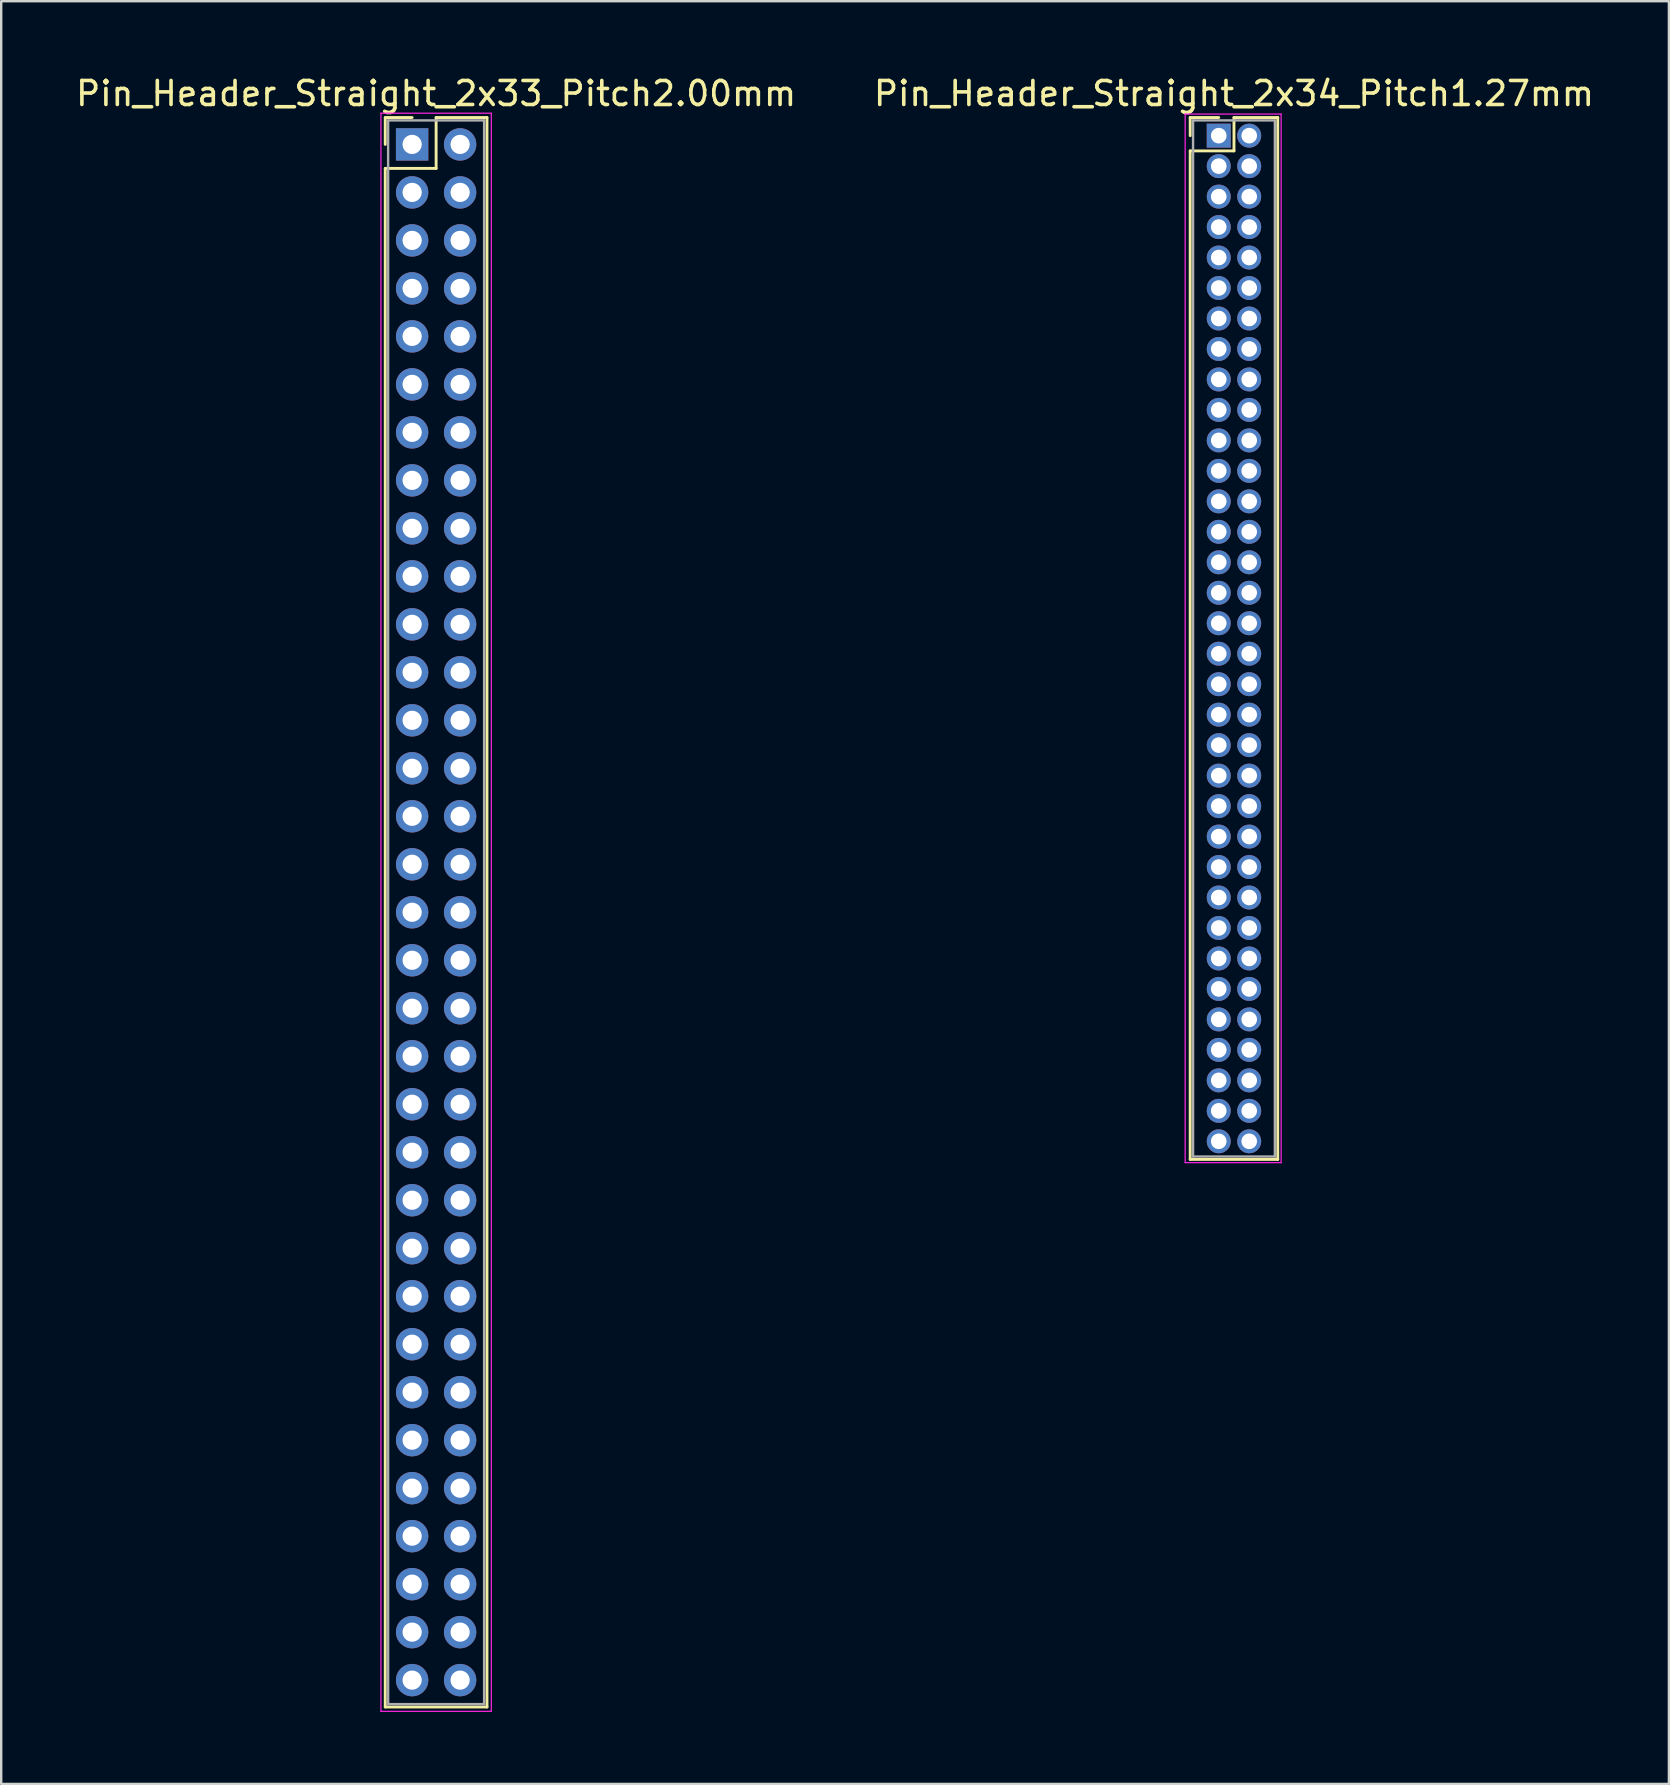
<source format=kicad_pcb>
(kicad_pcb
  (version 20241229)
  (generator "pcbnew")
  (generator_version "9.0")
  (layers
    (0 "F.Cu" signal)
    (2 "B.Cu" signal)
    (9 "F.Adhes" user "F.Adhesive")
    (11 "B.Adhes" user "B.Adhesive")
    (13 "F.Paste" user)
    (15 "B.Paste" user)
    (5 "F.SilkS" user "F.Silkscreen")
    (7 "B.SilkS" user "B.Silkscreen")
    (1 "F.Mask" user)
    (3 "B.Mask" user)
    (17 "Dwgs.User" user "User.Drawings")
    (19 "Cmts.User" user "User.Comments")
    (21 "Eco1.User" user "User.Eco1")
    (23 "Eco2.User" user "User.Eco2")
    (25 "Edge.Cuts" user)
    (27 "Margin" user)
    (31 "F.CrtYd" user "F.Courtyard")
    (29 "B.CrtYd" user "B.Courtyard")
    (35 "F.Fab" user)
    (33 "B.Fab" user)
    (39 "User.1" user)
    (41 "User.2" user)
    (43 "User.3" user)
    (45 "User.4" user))
  (footprint "Pin_Header_Straight_2x33_Pitch2.00mm"
    (layer "F.Cu")
    (at 14.125 2.968)
    (property "Reference" "Pin_Header_Straight_2x33_Pitch2.00mm" (at 1 -2.12 0) (layer "F.SilkS") (effects (font (size 1 1) (thickness 0.15))))
    (attr through_hole)
    (fp_line (start -1.12 -1.12) (end 0 -1.12) (stroke (width 0.12) (type solid)) (layer "F.SilkS"))
    (fp_line (start -1.12 0) (end -1.12 -1.12) (stroke (width 0.12) (type solid)) (layer "F.SilkS"))
    (fp_line (start -1.12 1) (end -1.12 65.12) (stroke (width 0.12) (type solid)) (layer "F.SilkS"))
    (fp_line (start -1.12 65.12) (end 3.12 65.12) (stroke (width 0.12) (type solid)) (layer "F.SilkS"))
    (fp_line (start 1 -1.12) (end 1 1) (stroke (width 0.12) (type solid)) (layer "F.SilkS"))
    (fp_line (start 1 1) (end -1.12 1) (stroke (width 0.12) (type solid)) (layer "F.SilkS"))
    (fp_line (start 3.12 -1.12) (end 1 -1.12) (stroke (width 0.12) (type solid)) (layer "F.SilkS"))
    (fp_line (start 3.12 65.12) (end 3.12 -1.12) (stroke (width 0.12) (type solid)) (layer "F.SilkS"))
    (fp_line (start -1.3 -1.3) (end -1.3 65.3) (stroke (width 0.05) (type solid)) (layer "F.CrtYd"))
    (fp_line (start -1.3 65.3) (end 3.3 65.3) (stroke (width 0.05) (type solid)) (layer "F.CrtYd"))
    (fp_line (start 3.3 -1.3) (end -1.3 -1.3) (stroke (width 0.05) (type solid)) (layer "F.CrtYd"))
    (fp_line (start 3.3 65.3) (end 3.3 -1.3) (stroke (width 0.05) (type solid)) (layer "F.CrtYd"))
    (fp_line (start -1 -1) (end -1 65) (stroke (width 0.1) (type solid)) (layer "F.Fab"))
    (fp_line (start -1 65) (end 3 65) (stroke (width 0.1) (type solid)) (layer "F.Fab"))
    (fp_line (start 3 -1) (end -1 -1) (stroke (width 0.1) (type solid)) (layer "F.Fab"))
    (fp_line (start 3 65) (end 3 -1) (stroke (width 0.1) (type solid)) (layer "F.Fab"))
    (pad "1" thru_hole rect (at 0 0) (size 1.35 1.35) (drill 0.8) (layers "*.Cu" "*.Mask"))
    (pad "2" thru_hole oval (at 2 0) (size 1.35 1.35) (drill 0.8) (layers "*.Cu" "*.Mask"))
    (pad "3" thru_hole oval (at 0 2) (size 1.35 1.35) (drill 0.8) (layers "*.Cu" "*.Mask"))
    (pad "4" thru_hole oval (at 2 2) (size 1.35 1.35) (drill 0.8) (layers "*.Cu" "*.Mask"))
    (pad "5" thru_hole oval (at 0 4) (size 1.35 1.35) (drill 0.8) (layers "*.Cu" "*.Mask"))
    (pad "6" thru_hole oval (at 2 4) (size 1.35 1.35) (drill 0.8) (layers "*.Cu" "*.Mask"))
    (pad "7" thru_hole oval (at 0 6) (size 1.35 1.35) (drill 0.8) (layers "*.Cu" "*.Mask"))
    (pad "8" thru_hole oval (at 2 6) (size 1.35 1.35) (drill 0.8) (layers "*.Cu" "*.Mask"))
    (pad "9" thru_hole oval (at 0 8) (size 1.35 1.35) (drill 0.8) (layers "*.Cu" "*.Mask"))
    (pad "10" thru_hole oval (at 2 8) (size 1.35 1.35) (drill 0.8) (layers "*.Cu" "*.Mask"))
    (pad "11" thru_hole oval (at 0 10) (size 1.35 1.35) (drill 0.8) (layers "*.Cu" "*.Mask"))
    (pad "12" thru_hole oval (at 2 10) (size 1.35 1.35) (drill 0.8) (layers "*.Cu" "*.Mask"))
    (pad "13" thru_hole oval (at 0 12) (size 1.35 1.35) (drill 0.8) (layers "*.Cu" "*.Mask"))
    (pad "14" thru_hole oval (at 2 12) (size 1.35 1.35) (drill 0.8) (layers "*.Cu" "*.Mask"))
    (pad "15" thru_hole oval (at 0 14) (size 1.35 1.35) (drill 0.8) (layers "*.Cu" "*.Mask"))
    (pad "16" thru_hole oval (at 2 14) (size 1.35 1.35) (drill 0.8) (layers "*.Cu" "*.Mask"))
    (pad "17" thru_hole oval (at 0 16) (size 1.35 1.35) (drill 0.8) (layers "*.Cu" "*.Mask"))
    (pad "18" thru_hole oval (at 2 16) (size 1.35 1.35) (drill 0.8) (layers "*.Cu" "*.Mask"))
    (pad "19" thru_hole oval (at 0 18) (size 1.35 1.35) (drill 0.8) (layers "*.Cu" "*.Mask"))
    (pad "20" thru_hole oval (at 2 18) (size 1.35 1.35) (drill 0.8) (layers "*.Cu" "*.Mask"))
    (pad "21" thru_hole oval (at 0 20) (size 1.35 1.35) (drill 0.8) (layers "*.Cu" "*.Mask"))
    (pad "22" thru_hole oval (at 2 20) (size 1.35 1.35) (drill 0.8) (layers "*.Cu" "*.Mask"))
    (pad "23" thru_hole oval (at 0 22) (size 1.35 1.35) (drill 0.8) (layers "*.Cu" "*.Mask"))
    (pad "24" thru_hole oval (at 2 22) (size 1.35 1.35) (drill 0.8) (layers "*.Cu" "*.Mask"))
    (pad "25" thru_hole oval (at 0 24) (size 1.35 1.35) (drill 0.8) (layers "*.Cu" "*.Mask"))
    (pad "26" thru_hole oval (at 2 24) (size 1.35 1.35) (drill 0.8) (layers "*.Cu" "*.Mask"))
    (pad "27" thru_hole oval (at 0 26) (size 1.35 1.35) (drill 0.8) (layers "*.Cu" "*.Mask"))
    (pad "28" thru_hole oval (at 2 26) (size 1.35 1.35) (drill 0.8) (layers "*.Cu" "*.Mask"))
    (pad "29" thru_hole oval (at 0 28) (size 1.35 1.35) (drill 0.8) (layers "*.Cu" "*.Mask"))
    (pad "30" thru_hole oval (at 2 28) (size 1.35 1.35) (drill 0.8) (layers "*.Cu" "*.Mask"))
    (pad "31" thru_hole oval (at 0 30) (size 1.35 1.35) (drill 0.8) (layers "*.Cu" "*.Mask"))
    (pad "32" thru_hole oval (at 2 30) (size 1.35 1.35) (drill 0.8) (layers "*.Cu" "*.Mask"))
    (pad "33" thru_hole oval (at 0 32) (size 1.35 1.35) (drill 0.8) (layers "*.Cu" "*.Mask"))
    (pad "34" thru_hole oval (at 2 32) (size 1.35 1.35) (drill 0.8) (layers "*.Cu" "*.Mask"))
    (pad "35" thru_hole oval (at 0 34) (size 1.35 1.35) (drill 0.8) (layers "*.Cu" "*.Mask"))
    (pad "36" thru_hole oval (at 2 34) (size 1.35 1.35) (drill 0.8) (layers "*.Cu" "*.Mask"))
    (pad "37" thru_hole oval (at 0 36) (size 1.35 1.35) (drill 0.8) (layers "*.Cu" "*.Mask"))
    (pad "38" thru_hole oval (at 2 36) (size 1.35 1.35) (drill 0.8) (layers "*.Cu" "*.Mask"))
    (pad "39" thru_hole oval (at 0 38) (size 1.35 1.35) (drill 0.8) (layers "*.Cu" "*.Mask"))
    (pad "40" thru_hole oval (at 2 38) (size 1.35 1.35) (drill 0.8) (layers "*.Cu" "*.Mask"))
    (pad "41" thru_hole oval (at 0 40) (size 1.35 1.35) (drill 0.8) (layers "*.Cu" "*.Mask"))
    (pad "42" thru_hole oval (at 2 40) (size 1.35 1.35) (drill 0.8) (layers "*.Cu" "*.Mask"))
    (pad "43" thru_hole oval (at 0 42) (size 1.35 1.35) (drill 0.8) (layers "*.Cu" "*.Mask"))
    (pad "44" thru_hole oval (at 2 42) (size 1.35 1.35) (drill 0.8) (layers "*.Cu" "*.Mask"))
    (pad "45" thru_hole oval (at 0 44) (size 1.35 1.35) (drill 0.8) (layers "*.Cu" "*.Mask"))
    (pad "46" thru_hole oval (at 2 44) (size 1.35 1.35) (drill 0.8) (layers "*.Cu" "*.Mask"))
    (pad "47" thru_hole oval (at 0 46) (size 1.35 1.35) (drill 0.8) (layers "*.Cu" "*.Mask"))
    (pad "48" thru_hole oval (at 2 46) (size 1.35 1.35) (drill 0.8) (layers "*.Cu" "*.Mask"))
    (pad "49" thru_hole oval (at 0 48) (size 1.35 1.35) (drill 0.8) (layers "*.Cu" "*.Mask"))
    (pad "50" thru_hole oval (at 2 48) (size 1.35 1.35) (drill 0.8) (layers "*.Cu" "*.Mask"))
    (pad "51" thru_hole oval (at 0 50) (size 1.35 1.35) (drill 0.8) (layers "*.Cu" "*.Mask"))
    (pad "52" thru_hole oval (at 2 50) (size 1.35 1.35) (drill 0.8) (layers "*.Cu" "*.Mask"))
    (pad "53" thru_hole oval (at 0 52) (size 1.35 1.35) (drill 0.8) (layers "*.Cu" "*.Mask"))
    (pad "54" thru_hole oval (at 2 52) (size 1.35 1.35) (drill 0.8) (layers "*.Cu" "*.Mask"))
    (pad "55" thru_hole oval (at 0 54) (size 1.35 1.35) (drill 0.8) (layers "*.Cu" "*.Mask"))
    (pad "56" thru_hole oval (at 2 54) (size 1.35 1.35) (drill 0.8) (layers "*.Cu" "*.Mask"))
    (pad "57" thru_hole oval (at 0 56) (size 1.35 1.35) (drill 0.8) (layers "*.Cu" "*.Mask"))
    (pad "58" thru_hole oval (at 2 56) (size 1.35 1.35) (drill 0.8) (layers "*.Cu" "*.Mask"))
    (pad "59" thru_hole oval (at 0 58) (size 1.35 1.35) (drill 0.8) (layers "*.Cu" "*.Mask"))
    (pad "60" thru_hole oval (at 2 58) (size 1.35 1.35) (drill 0.8) (layers "*.Cu" "*.Mask"))
    (pad "61" thru_hole oval (at 0 60) (size 1.35 1.35) (drill 0.8) (layers "*.Cu" "*.Mask"))
    (pad "62" thru_hole oval (at 2 60) (size 1.35 1.35) (drill 0.8) (layers "*.Cu" "*.Mask"))
    (pad "63" thru_hole oval (at 0 62) (size 1.35 1.35) (drill 0.8) (layers "*.Cu" "*.Mask"))
    (pad "64" thru_hole oval (at 2 62) (size 1.35 1.35) (drill 0.8) (layers "*.Cu" "*.Mask"))
    (pad "65" thru_hole oval (at 0 64) (size 1.35 1.35) (drill 0.8) (layers "*.Cu" "*.Mask"))
    (pad "66" thru_hole oval (at 2 64) (size 1.35 1.35) (drill 0.8) (layers "*.Cu" "*.Mask")))
  (footprint "Pin_Header_Straight_2x34_Pitch1.27mm"
    (layer "F.Cu")
    (at 47.74 2.603)
    (property "Reference" "Pin_Header_Straight_2x34_Pitch1.27mm" (at 0.635 -1.755 0) (layer "F.SilkS") (effects (font (size 1 1) (thickness 0.15))))
    (attr through_hole)
    (fp_line (start -1.19 -0.755) (end 0 -0.755) (stroke (width 0.12) (type solid)) (layer "F.SilkS"))
    (fp_line (start -1.19 0) (end -1.19 -0.755) (stroke (width 0.12) (type solid)) (layer "F.SilkS"))
    (fp_line (start -1.19 0.635) (end -1.19 42.665) (stroke (width 0.12) (type solid)) (layer "F.SilkS"))
    (fp_line (start -1.19 42.665) (end 2.46 42.665) (stroke (width 0.12) (type solid)) (layer "F.SilkS"))
    (fp_line (start 0.635 -0.755) (end 0.635 0.635) (stroke (width 0.12) (type solid)) (layer "F.SilkS"))
    (fp_line (start 0.635 0.635) (end -1.19 0.635) (stroke (width 0.12) (type solid)) (layer "F.SilkS"))
    (fp_line (start 2.46 -0.755) (end 0.635 -0.755) (stroke (width 0.12) (type solid)) (layer "F.SilkS"))
    (fp_line (start 2.46 42.665) (end 2.46 -0.755) (stroke (width 0.12) (type solid)) (layer "F.SilkS"))
    (fp_line (start -1.4 -0.9) (end -1.4 42.8) (stroke (width 0.05) (type solid)) (layer "F.CrtYd"))
    (fp_line (start -1.4 42.8) (end 2.6 42.8) (stroke (width 0.05) (type solid)) (layer "F.CrtYd"))
    (fp_line (start 2.6 -0.9) (end -1.4 -0.9) (stroke (width 0.05) (type solid)) (layer "F.CrtYd"))
    (fp_line (start 2.6 42.8) (end 2.6 -0.9) (stroke (width 0.05) (type solid)) (layer "F.CrtYd"))
    (fp_line (start -1.07 -0.635) (end -1.07 42.545) (stroke (width 0.1) (type solid)) (layer "F.Fab"))
    (fp_line (start -1.07 42.545) (end 2.34 42.545) (stroke (width 0.1) (type solid)) (layer "F.Fab"))
    (fp_line (start 2.34 -0.635) (end -1.07 -0.635) (stroke (width 0.1) (type solid)) (layer "F.Fab"))
    (fp_line (start 2.34 42.545) (end 2.34 -0.635) (stroke (width 0.1) (type solid)) (layer "F.Fab"))
    (pad "1" thru_hole rect (at 0 0) (size 1 1) (drill 0.65) (layers "*.Cu" "*.Mask"))
    (pad "2" thru_hole oval (at 1.27 0) (size 1 1) (drill 0.65) (layers "*.Cu" "*.Mask"))
    (pad "3" thru_hole oval (at 0 1.27) (size 1 1) (drill 0.65) (layers "*.Cu" "*.Mask"))
    (pad "4" thru_hole oval (at 1.27 1.27) (size 1 1) (drill 0.65) (layers "*.Cu" "*.Mask"))
    (pad "5" thru_hole oval (at 0 2.54) (size 1 1) (drill 0.65) (layers "*.Cu" "*.Mask"))
    (pad "6" thru_hole oval (at 1.27 2.54) (size 1 1) (drill 0.65) (layers "*.Cu" "*.Mask"))
    (pad "7" thru_hole oval (at 0 3.81) (size 1 1) (drill 0.65) (layers "*.Cu" "*.Mask"))
    (pad "8" thru_hole oval (at 1.27 3.81) (size 1 1) (drill 0.65) (layers "*.Cu" "*.Mask"))
    (pad "9" thru_hole oval (at 0 5.08) (size 1 1) (drill 0.65) (layers "*.Cu" "*.Mask"))
    (pad "10" thru_hole oval (at 1.27 5.08) (size 1 1) (drill 0.65) (layers "*.Cu" "*.Mask"))
    (pad "11" thru_hole oval (at 0 6.35) (size 1 1) (drill 0.65) (layers "*.Cu" "*.Mask"))
    (pad "12" thru_hole oval (at 1.27 6.35) (size 1 1) (drill 0.65) (layers "*.Cu" "*.Mask"))
    (pad "13" thru_hole oval (at 0 7.62) (size 1 1) (drill 0.65) (layers "*.Cu" "*.Mask"))
    (pad "14" thru_hole oval (at 1.27 7.62) (size 1 1) (drill 0.65) (layers "*.Cu" "*.Mask"))
    (pad "15" thru_hole oval (at 0 8.89) (size 1 1) (drill 0.65) (layers "*.Cu" "*.Mask"))
    (pad "16" thru_hole oval (at 1.27 8.89) (size 1 1) (drill 0.65) (layers "*.Cu" "*.Mask"))
    (pad "17" thru_hole oval (at 0 10.16) (size 1 1) (drill 0.65) (layers "*.Cu" "*.Mask"))
    (pad "18" thru_hole oval (at 1.27 10.16) (size 1 1) (drill 0.65) (layers "*.Cu" "*.Mask"))
    (pad "19" thru_hole oval (at 0 11.43) (size 1 1) (drill 0.65) (layers "*.Cu" "*.Mask"))
    (pad "20" thru_hole oval (at 1.27 11.43) (size 1 1) (drill 0.65) (layers "*.Cu" "*.Mask"))
    (pad "21" thru_hole oval (at 0 12.7) (size 1 1) (drill 0.65) (layers "*.Cu" "*.Mask"))
    (pad "22" thru_hole oval (at 1.27 12.7) (size 1 1) (drill 0.65) (layers "*.Cu" "*.Mask"))
    (pad "23" thru_hole oval (at 0 13.97) (size 1 1) (drill 0.65) (layers "*.Cu" "*.Mask"))
    (pad "24" thru_hole oval (at 1.27 13.97) (size 1 1) (drill 0.65) (layers "*.Cu" "*.Mask"))
    (pad "25" thru_hole oval (at 0 15.24) (size 1 1) (drill 0.65) (layers "*.Cu" "*.Mask"))
    (pad "26" thru_hole oval (at 1.27 15.24) (size 1 1) (drill 0.65) (layers "*.Cu" "*.Mask"))
    (pad "27" thru_hole oval (at 0 16.51) (size 1 1) (drill 0.65) (layers "*.Cu" "*.Mask"))
    (pad "28" thru_hole oval (at 1.27 16.51) (size 1 1) (drill 0.65) (layers "*.Cu" "*.Mask"))
    (pad "29" thru_hole oval (at 0 17.78) (size 1 1) (drill 0.65) (layers "*.Cu" "*.Mask"))
    (pad "30" thru_hole oval (at 1.27 17.78) (size 1 1) (drill 0.65) (layers "*.Cu" "*.Mask"))
    (pad "31" thru_hole oval (at 0 19.05) (size 1 1) (drill 0.65) (layers "*.Cu" "*.Mask"))
    (pad "32" thru_hole oval (at 1.27 19.05) (size 1 1) (drill 0.65) (layers "*.Cu" "*.Mask"))
    (pad "33" thru_hole oval (at 0 20.32) (size 1 1) (drill 0.65) (layers "*.Cu" "*.Mask"))
    (pad "34" thru_hole oval (at 1.27 20.32) (size 1 1) (drill 0.65) (layers "*.Cu" "*.Mask"))
    (pad "35" thru_hole oval (at 0 21.59) (size 1 1) (drill 0.65) (layers "*.Cu" "*.Mask"))
    (pad "36" thru_hole oval (at 1.27 21.59) (size 1 1) (drill 0.65) (layers "*.Cu" "*.Mask"))
    (pad "37" thru_hole oval (at 0 22.86) (size 1 1) (drill 0.65) (layers "*.Cu" "*.Mask"))
    (pad "38" thru_hole oval (at 1.27 22.86) (size 1 1) (drill 0.65) (layers "*.Cu" "*.Mask"))
    (pad "39" thru_hole oval (at 0 24.13) (size 1 1) (drill 0.65) (layers "*.Cu" "*.Mask"))
    (pad "40" thru_hole oval (at 1.27 24.13) (size 1 1) (drill 0.65) (layers "*.Cu" "*.Mask"))
    (pad "41" thru_hole oval (at 0 25.4) (size 1 1) (drill 0.65) (layers "*.Cu" "*.Mask"))
    (pad "42" thru_hole oval (at 1.27 25.4) (size 1 1) (drill 0.65) (layers "*.Cu" "*.Mask"))
    (pad "43" thru_hole oval (at 0 26.67) (size 1 1) (drill 0.65) (layers "*.Cu" "*.Mask"))
    (pad "44" thru_hole oval (at 1.27 26.67) (size 1 1) (drill 0.65) (layers "*.Cu" "*.Mask"))
    (pad "45" thru_hole oval (at 0 27.94) (size 1 1) (drill 0.65) (layers "*.Cu" "*.Mask"))
    (pad "46" thru_hole oval (at 1.27 27.94) (size 1 1) (drill 0.65) (layers "*.Cu" "*.Mask"))
    (pad "47" thru_hole oval (at 0 29.21) (size 1 1) (drill 0.65) (layers "*.Cu" "*.Mask"))
    (pad "48" thru_hole oval (at 1.27 29.21) (size 1 1) (drill 0.65) (layers "*.Cu" "*.Mask"))
    (pad "49" thru_hole oval (at 0 30.48) (size 1 1) (drill 0.65) (layers "*.Cu" "*.Mask"))
    (pad "50" thru_hole oval (at 1.27 30.48) (size 1 1) (drill 0.65) (layers "*.Cu" "*.Mask"))
    (pad "51" thru_hole oval (at 0 31.75) (size 1 1) (drill 0.65) (layers "*.Cu" "*.Mask"))
    (pad "52" thru_hole oval (at 1.27 31.75) (size 1 1) (drill 0.65) (layers "*.Cu" "*.Mask"))
    (pad "53" thru_hole oval (at 0 33.02) (size 1 1) (drill 0.65) (layers "*.Cu" "*.Mask"))
    (pad "54" thru_hole oval (at 1.27 33.02) (size 1 1) (drill 0.65) (layers "*.Cu" "*.Mask"))
    (pad "55" thru_hole oval (at 0 34.29) (size 1 1) (drill 0.65) (layers "*.Cu" "*.Mask"))
    (pad "56" thru_hole oval (at 1.27 34.29) (size 1 1) (drill 0.65) (layers "*.Cu" "*.Mask"))
    (pad "57" thru_hole oval (at 0 35.56) (size 1 1) (drill 0.65) (layers "*.Cu" "*.Mask"))
    (pad "58" thru_hole oval (at 1.27 35.56) (size 1 1) (drill 0.65) (layers "*.Cu" "*.Mask"))
    (pad "59" thru_hole oval (at 0 36.83) (size 1 1) (drill 0.65) (layers "*.Cu" "*.Mask"))
    (pad "60" thru_hole oval (at 1.27 36.83) (size 1 1) (drill 0.65) (layers "*.Cu" "*.Mask"))
    (pad "61" thru_hole oval (at 0 38.1) (size 1 1) (drill 0.65) (layers "*.Cu" "*.Mask"))
    (pad "62" thru_hole oval (at 1.27 38.1) (size 1 1) (drill 0.65) (layers "*.Cu" "*.Mask"))
    (pad "63" thru_hole oval (at 0 39.37) (size 1 1) (drill 0.65) (layers "*.Cu" "*.Mask"))
    (pad "64" thru_hole oval (at 1.27 39.37) (size 1 1) (drill 0.65) (layers "*.Cu" "*.Mask"))
    (pad "65" thru_hole oval (at 0 40.64) (size 1 1) (drill 0.65) (layers "*.Cu" "*.Mask"))
    (pad "66" thru_hole oval (at 1.27 40.64) (size 1 1) (drill 0.65) (layers "*.Cu" "*.Mask"))
    (pad "67" thru_hole oval (at 0 41.91) (size 1 1) (drill 0.65) (layers "*.Cu" "*.Mask"))
    (pad "68" thru_hole oval (at 1.27 41.91) (size 1 1) (drill 0.65) (layers "*.Cu" "*.Mask")))
  (gr_rect
    (start -3 -3)
    (end 66.5 71.293)
    (stroke (width 0.1) (type default))
    (fill no)
    (layer "Edge.Cuts")))
</source>
